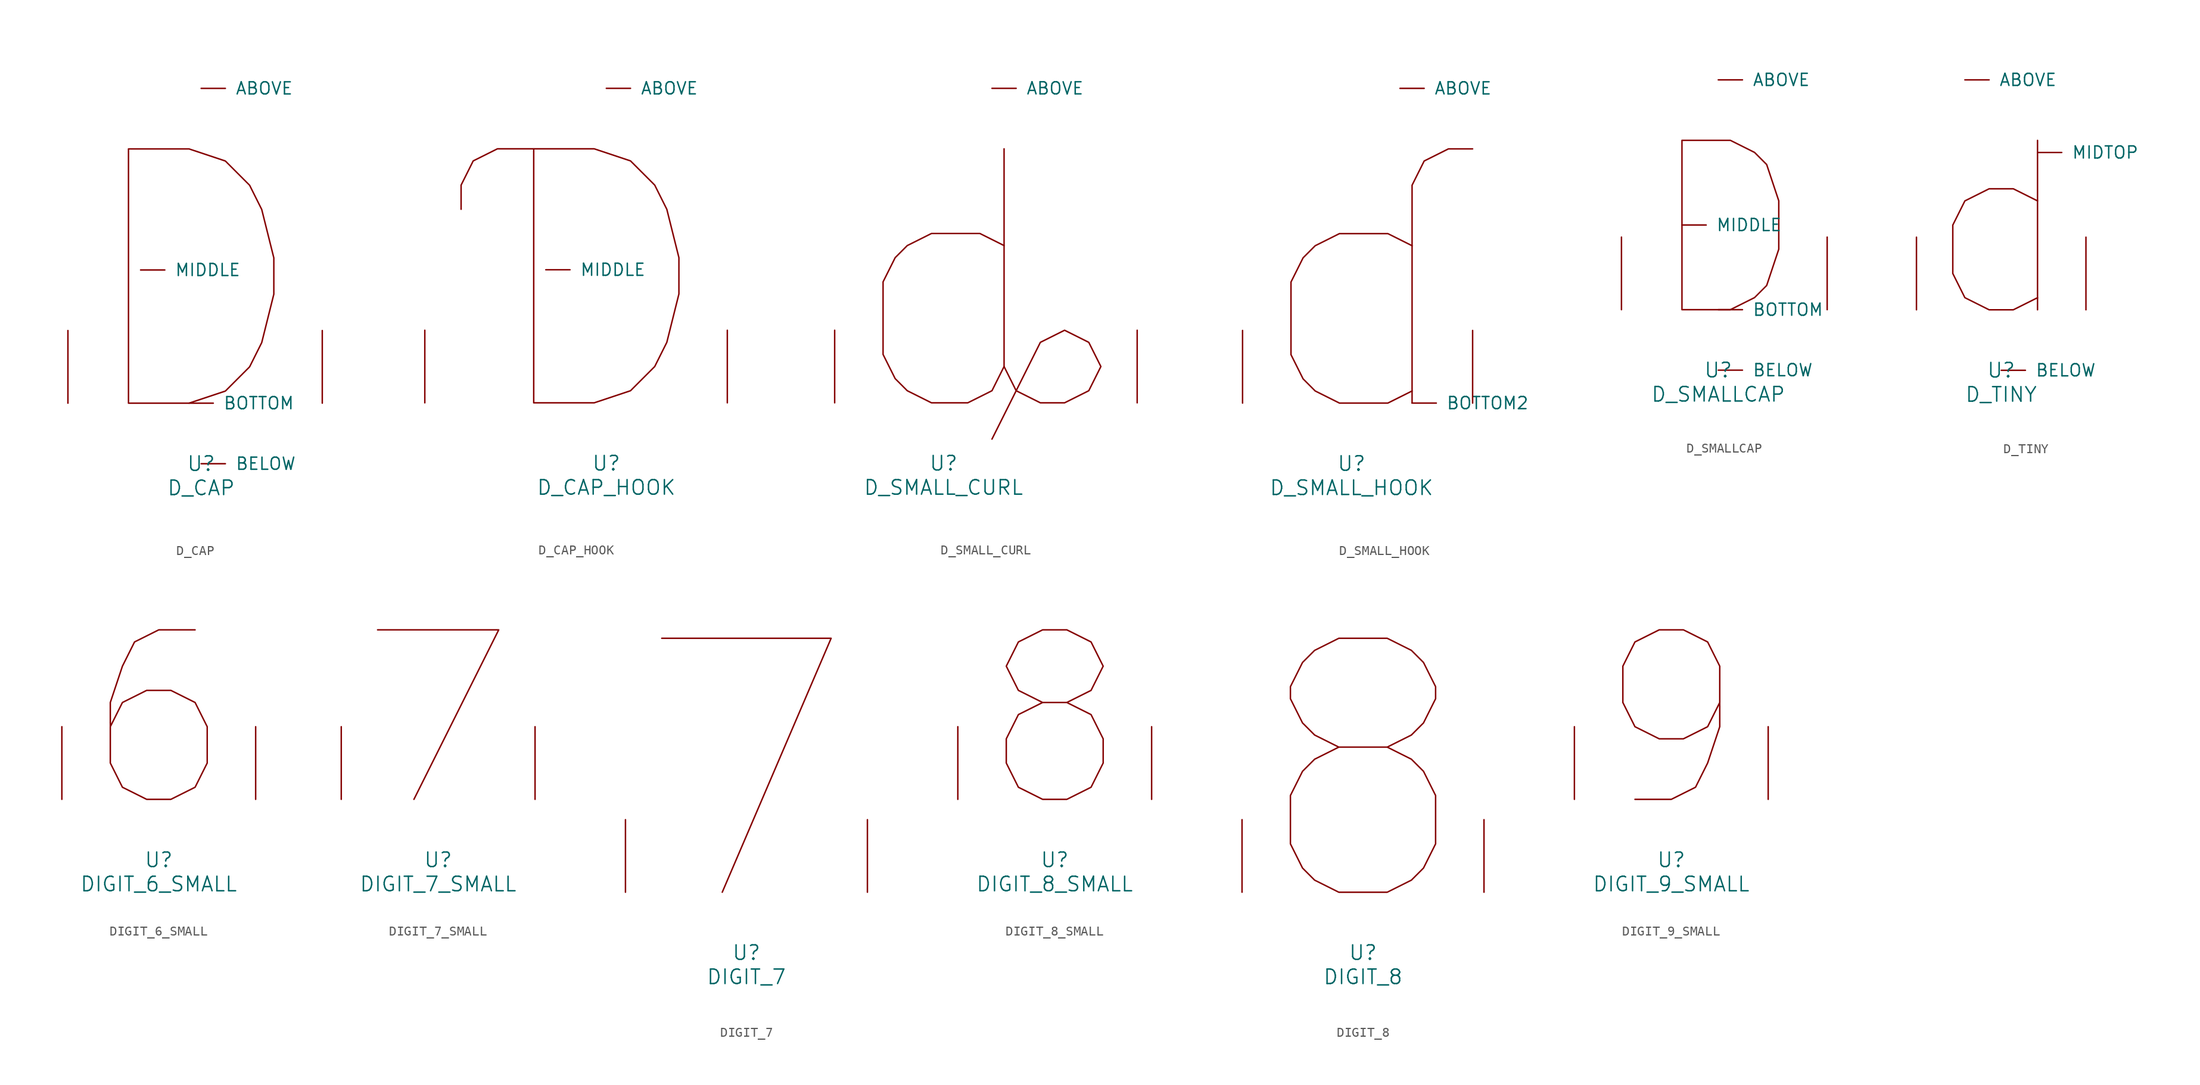
<source format=kicad_sym>
(kicad_symbol_lib
  (version 20220914)
  (generator font_lib2sym)
  (symbol "D_CAP"
    (pin_names
      (offset 1.016))
    (property "Reference" "U"
      (at 0 -6.35 0)
      (effects (font (size 1.524 1.524))))
    (property "Value" "D_CAP"
      (at 0 -8.89 0)
      (effects (font (size 1.524 1.524))))
    (symbol "D_CAP_0_1"
      (polyline (pts (xy -7.62 0) (xy -7.62 26.67) (xy -1.27 26.67) (xy 2.54 25.4) (xy 5.08 22.86) (xy 6.35 20.32) (xy 7.62 15.24) (xy 7.62 11.43) (xy 6.35 6.35) (xy 5.08 3.81) (xy 2.54 1.27) (xy -1.27 0) (xy -7.62 0)) (stroke (width 0) (type solid)) (fill (type none)))
      (pin input line (at 0 33.02 0) (length 2.54) (name "ABOVE" (effects (font (size 1.27 1.27)))) (number "~" (effects (font (size 1.27 1.27)))))
      (pin input line (at 0 -6.35 0) (length 2.54) (name "BELOW" (effects (font (size 1.27 1.27)))) (number "~" (effects (font (size 1.27 1.27)))))
      (pin input line (at -1.27 0 0) (length 2.54) (name "BOTTOM" (effects (font (size 1.27 1.27)))) (number "~" (effects (font (size 1.27 1.27)))))
      (pin input line (at -6.35 13.97 0) (length 2.54) (name "MIDDLE" (effects (font (size 1.27 1.27)))) (number "~" (effects (font (size 1.27 1.27)))))
      (pin input line (at -13.97 0 90) (length 7.62) (name "~" (effects (font (size 1.27 1.27)))) (number "~" (effects (font (size 1.27 1.27)))))
      (pin input line (at 12.7 0 90) (length 7.62) (name "~" (effects (font (size 1.27 1.27)))) (number "~" (effects (font (size 1.27 1.27)))))))
  (symbol "D_CAP_HOOK"
    (pin_names
      (offset 1.016))
    (property "Reference" "U"
      (at 0 -6.35 0)
      (effects (font (size 1.524 1.524))))
    (property "Value" "D_CAP_HOOK"
      (at 0 -8.89 0)
      (effects (font (size 1.524 1.524))))
    (symbol "D_CAP_HOOK_0_1"
      (polyline (pts (xy -15.24 20.32) (xy -15.24 22.86) (xy -13.97 25.4) (xy -11.43 26.67) (xy -1.27 26.67) (xy 2.54 25.4) (xy 5.08 22.86) (xy 6.35 20.32) (xy 7.62 15.24) (xy 7.62 11.43) (xy 6.35 6.35) (xy 5.08 3.81) (xy 2.54 1.27) (xy -1.27 0) (xy -7.62 0) (xy -7.62 26.67)) (stroke (width 0) (type solid)) (fill (type none)))
      (pin input line (at 0 33.02 0) (length 2.54) (name "ABOVE" (effects (font (size 1.27 1.27)))) (number "~" (effects (font (size 1.27 1.27)))))
      (pin input line (at -6.35 13.97 0) (length 2.54) (name "MIDDLE" (effects (font (size 1.27 1.27)))) (number "~" (effects (font (size 1.27 1.27)))))
      (pin input line (at -19.05 0 90) (length 7.62) (name "~" (effects (font (size 1.27 1.27)))) (number "~" (effects (font (size 1.27 1.27)))))
      (pin input line (at 12.7 0 90) (length 7.62) (name "~" (effects (font (size 1.27 1.27)))) (number "~" (effects (font (size 1.27 1.27)))))))
  (symbol "D_SMALL_CURL"
    (pin_names
      (offset 1.016))
    (property "Reference" "U"
      (at 0 -6.35 0)
      (effects (font (size 1.524 1.524))))
    (property "Value" "D_SMALL_CURL"
      (at 0 -8.89 0)
      (effects (font (size 1.524 1.524))))
    (symbol "D_SMALL_CURL_0_1"
      (polyline (pts (xy 6.35 26.67) (xy 6.35 3.81) (xy 7.62 1.27) (xy 10.16 0) (xy 12.7 0) (xy 15.24 1.27) (xy 16.51 3.81) (xy 15.24 6.35) (xy 12.7 7.62) (xy 10.16 6.35) (xy 5.08 -3.81)) (stroke (width 0) (type solid)) (fill (type none)))
      (polyline (pts (xy 6.35 16.51) (xy 3.81 17.78) (xy -1.27 17.78) (xy -3.81 16.51) (xy -5.08 15.24) (xy -6.35 12.7) (xy -6.35 5.08) (xy -5.08 2.54) (xy -3.81 1.27) (xy -1.27 0) (xy 2.54 0) (xy 5.08 1.27) (xy 6.35 3.81)) (stroke (width 0) (type solid)) (fill (type none)))
      (pin input line (at 5.08 33.02 0) (length 2.54) (name "ABOVE" (effects (font (size 1.27 1.27)))) (number "~" (effects (font (size 1.27 1.27)))))
      (pin input line (at -11.43 0 90) (length 7.62) (name "~" (effects (font (size 1.27 1.27)))) (number "~" (effects (font (size 1.27 1.27)))))
      (pin input line (at 20.32 0 90) (length 7.62) (name "~" (effects (font (size 1.27 1.27)))) (number "~" (effects (font (size 1.27 1.27)))))))
  (symbol "D_SMALL_HOOK"
    (pin_names
      (offset 1.016))
    (property "Reference" "U"
      (at 0 -6.35 0)
      (effects (font (size 1.524 1.524))))
    (property "Value" "D_SMALL_HOOK"
      (at 0 -8.89 0)
      (effects (font (size 1.524 1.524))))
    (symbol "D_SMALL_HOOK_0_1"
      (polyline (pts (xy 12.7 26.67) (xy 10.16 26.67) (xy 7.62 25.4) (xy 6.35 22.86) (xy 6.35 0)) (stroke (width 0) (type solid)) (fill (type none)))
      (polyline (pts (xy 6.35 1.27) (xy 3.81 0) (xy -1.27 0) (xy -3.81 1.27) (xy -5.08 2.54) (xy -6.35 5.08) (xy -6.35 12.7) (xy -5.08 15.24) (xy -3.81 16.51) (xy -1.27 17.78) (xy 3.81 17.78) (xy 6.35 16.51)) (stroke (width 0) (type solid)) (fill (type none)))
      (pin input line (at 5.08 33.02 0) (length 2.54) (name "ABOVE" (effects (font (size 1.27 1.27)))) (number "~" (effects (font (size 1.27 1.27)))))
      (pin input line (at 6.35 0 0) (length 2.54) (name "BOTTOM2" (effects (font (size 1.27 1.27)))) (number "~" (effects (font (size 1.27 1.27)))))
      (pin input line (at -11.43 0 90) (length 7.62) (name "~" (effects (font (size 1.27 1.27)))) (number "~" (effects (font (size 1.27 1.27)))))
      (pin input line (at 12.7 0 90) (length 7.62) (name "~" (effects (font (size 1.27 1.27)))) (number "~" (effects (font (size 1.27 1.27)))))))
  (symbol "D_SMALLCAP"
    (pin_names
      (offset 1.016))
    (property "Reference" "U"
      (at 0 -6.35 0)
      (effects (font (size 1.524 1.524))))
    (property "Value" "D_SMALLCAP"
      (at 0 -8.89 0)
      (effects (font (size 1.524 1.524))))
    (symbol "D_SMALLCAP_0_1"
      (polyline (pts (xy 1.27 17.78) (xy -3.81 17.78) (xy -3.81 0) (xy 1.27 0) (xy 3.81 1.27) (xy 5.08 2.54) (xy 6.35 6.35) (xy 6.35 11.43) (xy 5.08 15.24) (xy 3.81 16.51) (xy 1.27 17.78)) (stroke (width 0) (type solid)) (fill (type none)))
      (pin input line (at 0 24.13 0) (length 2.54) (name "ABOVE" (effects (font (size 1.27 1.27)))) (number "~" (effects (font (size 1.27 1.27)))))
      (pin input line (at 0 -6.35 0) (length 2.54) (name "BELOW" (effects (font (size 1.27 1.27)))) (number "~" (effects (font (size 1.27 1.27)))))
      (pin input line (at 0 0 0) (length 2.54) (name "BOTTOM" (effects (font (size 1.27 1.27)))) (number "~" (effects (font (size 1.27 1.27)))))
      (pin input line (at -3.81 8.89 0) (length 2.54) (name "MIDDLE" (effects (font (size 1.27 1.27)))) (number "~" (effects (font (size 1.27 1.27)))))
      (pin input line (at -10.16 0 90) (length 7.62) (name "~" (effects (font (size 1.27 1.27)))) (number "~" (effects (font (size 1.27 1.27)))))
      (pin input line (at 11.43 0 90) (length 7.62) (name "~" (effects (font (size 1.27 1.27)))) (number "~" (effects (font (size 1.27 1.27)))))))
  (symbol "D_TINY"
    (pin_names
      (offset 1.016))
    (property "Reference" "U"
      (at 0 -6.35 0)
      (effects (font (size 1.524 1.524))))
    (property "Value" "D_TINY"
      (at 0 -8.89 0)
      (effects (font (size 1.524 1.524))))
    (symbol "D_TINY_0_1"
      (polyline (pts (xy 3.81 17.78) (xy 3.81 0)) (stroke (width 0) (type solid)) (fill (type none)))
      (polyline (pts (xy 3.81 11.43) (xy 1.27 12.7) (xy -1.27 12.7) (xy -3.81 11.43) (xy -5.08 8.89) (xy -5.08 3.81) (xy -3.81 1.27) (xy -1.27 0) (xy 1.27 0) (xy 3.81 1.27)) (stroke (width 0) (type solid)) (fill (type none)))
      (pin input line (at -3.81 24.13 0) (length 2.54) (name "ABOVE" (effects (font (size 1.27 1.27)))) (number "~" (effects (font (size 1.27 1.27)))))
      (pin input line (at 0 -6.35 0) (length 2.54) (name "BELOW" (effects (font (size 1.27 1.27)))) (number "~" (effects (font (size 1.27 1.27)))))
      (pin input line (at 3.81 16.51 0) (length 2.54) (name "MIDTOP" (effects (font (size 1.27 1.27)))) (number "~" (effects (font (size 1.27 1.27)))))
      (pin input line (at -8.89 0 90) (length 7.62) (name "~" (effects (font (size 1.27 1.27)))) (number "~" (effects (font (size 1.27 1.27)))))
      (pin input line (at 8.89 0 90) (length 7.62) (name "~" (effects (font (size 1.27 1.27)))) (number "~" (effects (font (size 1.27 1.27)))))))
  (symbol "DIGIT_6_SMALL"
    (pin_names
      (offset 1.016))
    (property "Reference" "U"
      (at 0 -6.35 0)
      (effects (font (size 1.524 1.524))))
    (property "Value" "DIGIT_6_SMALL"
      (at 0 -8.89 0)
      (effects (font (size 1.524 1.524))))
    (symbol "DIGIT_6_SMALL_0_1"
      (polyline (pts (xy -5.08 7.62) (xy -3.81 10.16) (xy -1.27 11.43) (xy 1.27 11.43) (xy 3.81 10.16) (xy 5.08 7.62) (xy 5.08 3.81) (xy 3.81 1.27) (xy 1.27 0) (xy -1.27 0) (xy -3.81 1.27) (xy -5.08 3.81) (xy -5.08 10.16) (xy -3.81 13.97) (xy -2.54 16.51) (xy 0 17.78) (xy 3.81 17.78)) (stroke (width 0) (type solid)) (fill (type none)))
      (pin input line (at -10.16 0 90) (length 7.62) (name "~" (effects (font (size 1.27 1.27)))) (number "~" (effects (font (size 1.27 1.27)))))
      (pin input line (at 10.16 0 90) (length 7.62) (name "~" (effects (font (size 1.27 1.27)))) (number "~" (effects (font (size 1.27 1.27)))))))
  (symbol "DIGIT_7_SMALL"
    (pin_names
      (offset 1.016))
    (property "Reference" "U"
      (at 0 -6.35 0)
      (effects (font (size 1.524 1.524))))
    (property "Value" "DIGIT_7_SMALL"
      (at 0 -8.89 0)
      (effects (font (size 1.524 1.524))))
    (symbol "DIGIT_7_SMALL_0_1"
      (polyline (pts (xy -6.35 17.78) (xy 6.35 17.78) (xy -2.54 0)) (stroke (width 0) (type solid)) (fill (type none)))
      (pin input line (at -10.16 0 90) (length 7.62) (name "~" (effects (font (size 1.27 1.27)))) (number "~" (effects (font (size 1.27 1.27)))))
      (pin input line (at 10.16 0 90) (length 7.62) (name "~" (effects (font (size 1.27 1.27)))) (number "~" (effects (font (size 1.27 1.27)))))))
  (symbol "DIGIT_7"
    (pin_names
      (offset 1.016))
    (property "Reference" "U"
      (at 0 -6.35 0)
      (effects (font (size 1.524 1.524))))
    (property "Value" "DIGIT_7"
      (at 0 -8.89 0)
      (effects (font (size 1.524 1.524))))
    (symbol "DIGIT_7_0_1"
      (polyline (pts (xy -8.89 26.67) (xy 8.89 26.67) (xy -2.54 0)) (stroke (width 0) (type solid)) (fill (type none)))
      (pin input line (at -12.7 0 90) (length 7.62) (name "~" (effects (font (size 1.27 1.27)))) (number "~" (effects (font (size 1.27 1.27)))))
      (pin input line (at 12.7 0 90) (length 7.62) (name "~" (effects (font (size 1.27 1.27)))) (number "~" (effects (font (size 1.27 1.27)))))))
  (symbol "DIGIT_8_SMALL"
    (pin_names
      (offset 1.016))
    (property "Reference" "U"
      (at 0 -6.35 0)
      (effects (font (size 1.524 1.524))))
    (property "Value" "DIGIT_8_SMALL"
      (at 0 -8.89 0)
      (effects (font (size 1.524 1.524))))
    (symbol "DIGIT_8_SMALL_0_1"
      (polyline (pts (xy -1.27 10.16) (xy -3.81 11.43) (xy -5.08 13.97) (xy -3.81 16.51) (xy -1.27 17.78) (xy 1.27 17.78) (xy 3.81 16.51) (xy 5.08 13.97) (xy 3.81 11.43) (xy 1.27 10.16) (xy -1.27 10.16) (xy -3.81 8.89) (xy -5.08 6.35) (xy -5.08 3.81) (xy -3.81 1.27) (xy -1.27 0) (xy 1.27 0) (xy 3.81 1.27) (xy 5.08 3.81) (xy 5.08 6.35) (xy 3.81 8.89) (xy 1.27 10.16)) (stroke (width 0) (type solid)) (fill (type none)))
      (pin input line (at -10.16 0 90) (length 7.62) (name "~" (effects (font (size 1.27 1.27)))) (number "~" (effects (font (size 1.27 1.27)))))
      (pin input line (at 10.16 0 90) (length 7.62) (name "~" (effects (font (size 1.27 1.27)))) (number "~" (effects (font (size 1.27 1.27)))))))
  (symbol "DIGIT_8"
    (pin_names
      (offset 1.016))
    (property "Reference" "U"
      (at 0 -6.35 0)
      (effects (font (size 1.524 1.524))))
    (property "Value" "DIGIT_8"
      (at 0 -8.89 0)
      (effects (font (size 1.524 1.524))))
    (symbol "DIGIT_8_0_1"
      (polyline (pts (xy -2.54 15.24) (xy -5.08 16.51) (xy -6.35 17.78) (xy -7.62 20.32) (xy -7.62 21.59) (xy -6.35 24.13) (xy -5.08 25.4) (xy -2.54 26.67) (xy 2.54 26.67) (xy 5.08 25.4) (xy 6.35 24.13) (xy 7.62 21.59) (xy 7.62 20.32) (xy 6.35 17.78) (xy 5.08 16.51) (xy 2.54 15.24) (xy -2.54 15.24) (xy -5.08 13.97) (xy -6.35 12.7) (xy -7.62 10.16) (xy -7.62 5.08) (xy -6.35 2.54) (xy -5.08 1.27) (xy -2.54 0) (xy 2.54 0) (xy 5.08 1.27) (xy 6.35 2.54) (xy 7.62 5.08) (xy 7.62 10.16) (xy 6.35 12.7) (xy 5.08 13.97) (xy 2.54 15.24)) (stroke (width 0) (type solid)) (fill (type none)))
      (pin input line (at -12.7 0 90) (length 7.62) (name "~" (effects (font (size 1.27 1.27)))) (number "~" (effects (font (size 1.27 1.27)))))
      (pin input line (at 12.7 0 90) (length 7.62) (name "~" (effects (font (size 1.27 1.27)))) (number "~" (effects (font (size 1.27 1.27)))))))
  (symbol "DIGIT_9_SMALL"
    (pin_names
      (offset 1.016))
    (property "Reference" "U"
      (at 0 -6.35 0)
      (effects (font (size 1.524 1.524))))
    (property "Value" "DIGIT_9_SMALL"
      (at 0 -8.89 0)
      (effects (font (size 1.524 1.524))))
    (symbol "DIGIT_9_SMALL_0_1"
      (polyline (pts (xy 5.08 10.16) (xy 3.81 7.62) (xy 1.27 6.35) (xy -1.27 6.35) (xy -3.81 7.62) (xy -5.08 10.16) (xy -5.08 13.97) (xy -3.81 16.51) (xy -1.27 17.78) (xy 1.27 17.78) (xy 3.81 16.51) (xy 5.08 13.97) (xy 5.08 7.62) (xy 3.81 3.81) (xy 2.54 1.27) (xy 0 0) (xy -3.81 0)) (stroke (width 0) (type solid)) (fill (type none)))
      (pin input line (at -10.16 0 90) (length 7.62) (name "~" (effects (font (size 1.27 1.27)))) (number "~" (effects (font (size 1.27 1.27)))))
      (pin input line (at 10.16 0 90) (length 7.62) (name "~" (effects (font (size 1.27 1.27)))) (number "~" (effects (font (size 1.27 1.27))))))))
</source>
